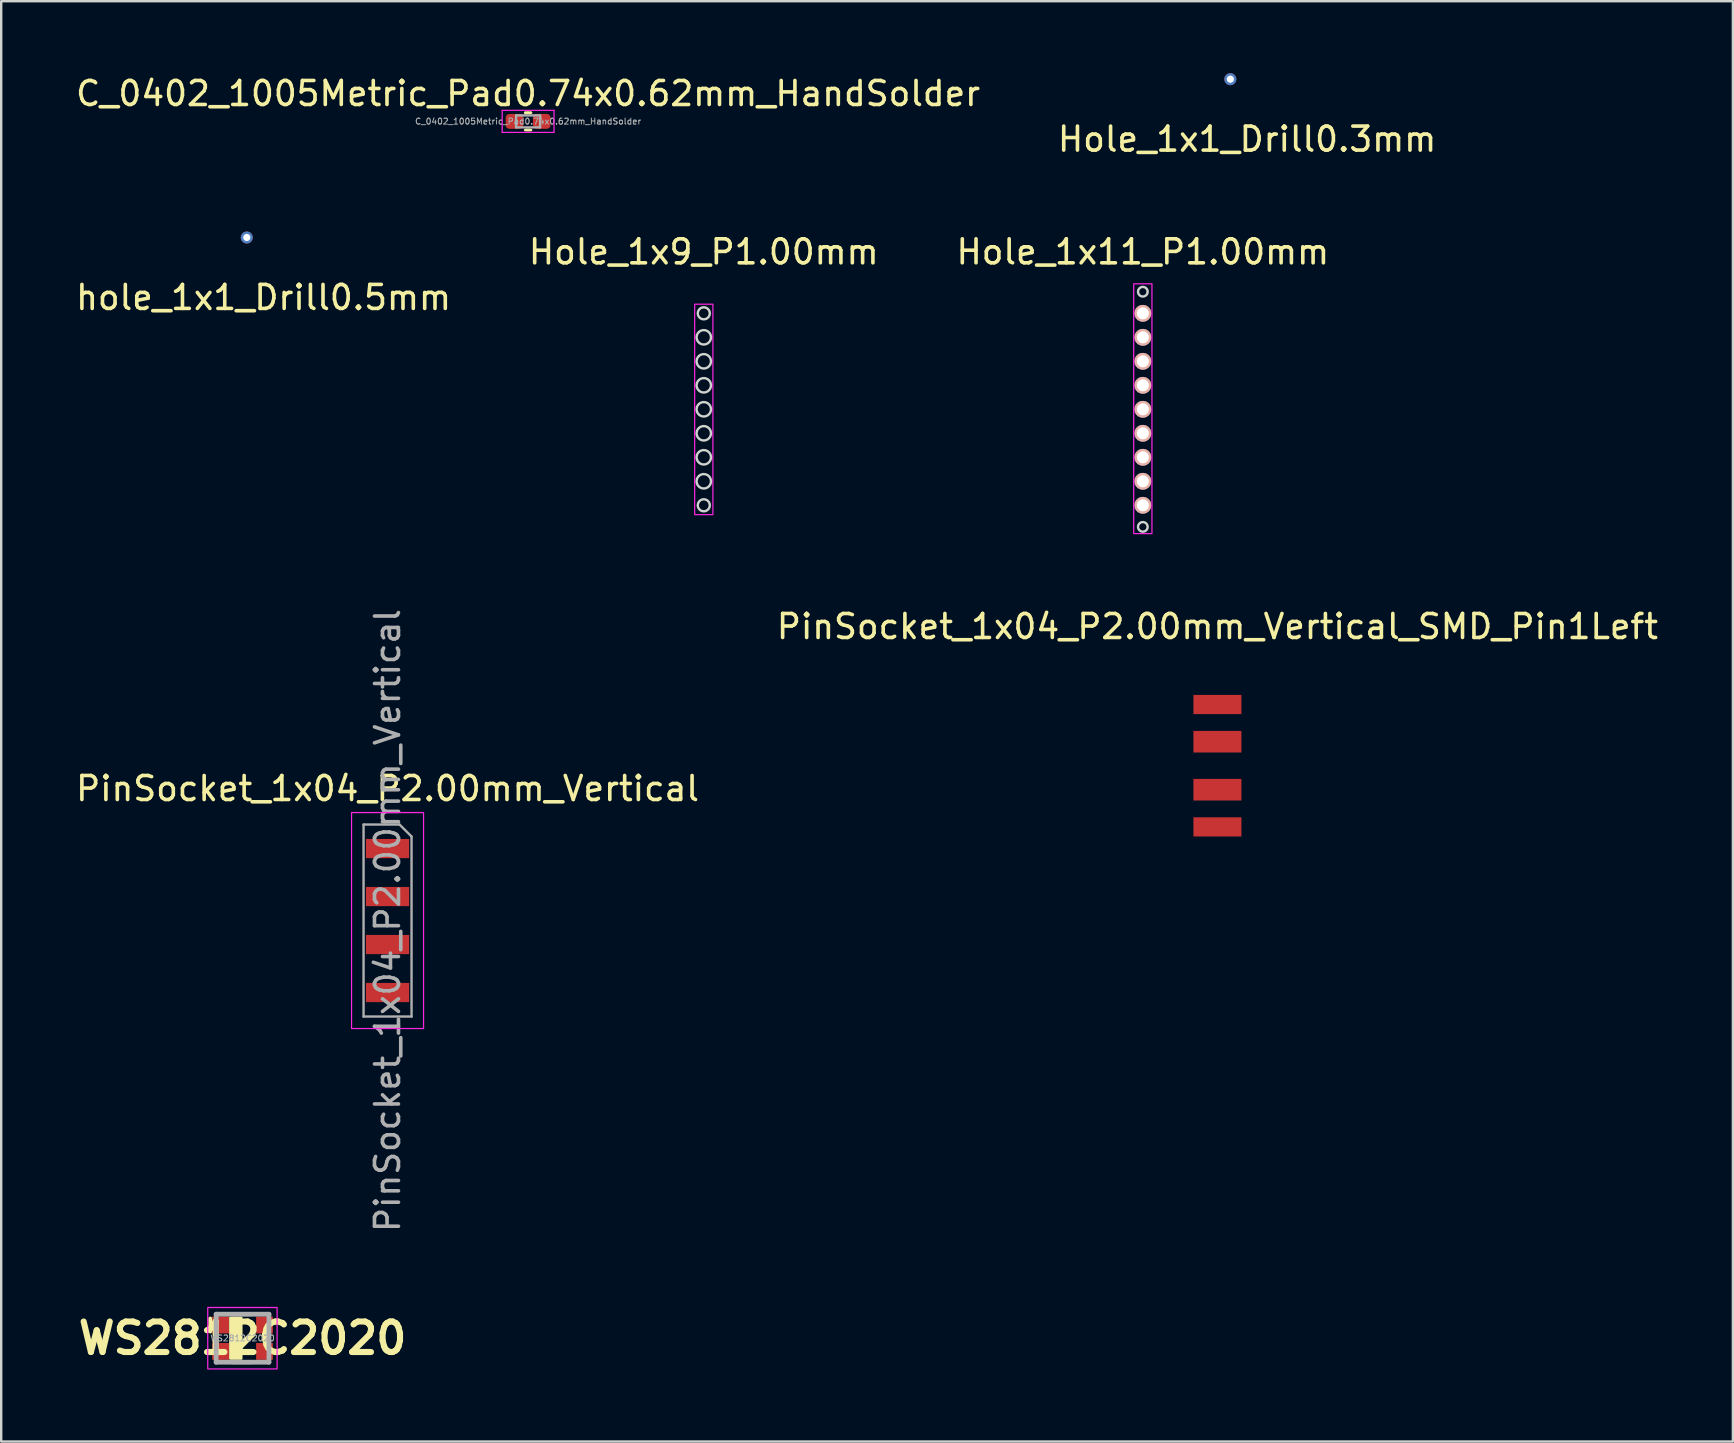
<source format=kicad_pcb>
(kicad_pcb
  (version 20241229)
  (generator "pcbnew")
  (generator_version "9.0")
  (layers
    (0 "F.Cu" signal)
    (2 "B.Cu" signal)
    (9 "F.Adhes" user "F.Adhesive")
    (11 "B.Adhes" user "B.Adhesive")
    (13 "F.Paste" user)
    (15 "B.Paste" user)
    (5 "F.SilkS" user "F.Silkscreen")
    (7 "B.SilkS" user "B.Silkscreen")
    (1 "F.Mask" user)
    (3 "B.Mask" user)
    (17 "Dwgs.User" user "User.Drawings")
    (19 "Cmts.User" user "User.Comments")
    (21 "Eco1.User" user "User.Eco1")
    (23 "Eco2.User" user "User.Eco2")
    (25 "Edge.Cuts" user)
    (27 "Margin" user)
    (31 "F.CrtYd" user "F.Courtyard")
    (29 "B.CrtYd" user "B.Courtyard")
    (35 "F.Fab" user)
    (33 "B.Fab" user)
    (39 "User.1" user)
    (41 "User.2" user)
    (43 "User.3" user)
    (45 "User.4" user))
  (footprint "PinSocket_1x04_P2.00mm_Vertical_SMD_Pin1Left"
    (layer "F.Cu")
    (at 47.685 28.86)
    (property "Reference" "PinSocket_1x04_P2.00mm_Vertical_SMD_Pin1Left" (at 0 -5.8 0) (layer "F.SilkS") (effects (font (size 1 1) (thickness 0.15))))
    (attr smd)
    (pad "1" smd rect (at 0 -2.55) (size 2 0.8) (layers "F.Cu" "F.Mask" "F.Paste"))
    (pad "2" smd rect (at 0 -1) (size 2 0.9) (layers "F.Cu" "F.Mask" "F.Paste"))
    (pad "3" smd rect (at 0 1) (size 2 0.9) (layers "F.Cu" "F.Mask" "F.Paste"))
    (pad "4" smd rect (at 0 2.55) (size 2 0.8) (layers "F.Cu" "F.Mask" "F.Paste")))
  (footprint "Hole_1x1_Drill0.3mm"
    (layer "F.Cu")
    (at 48.223 0.25)
    (property "Reference" "Hole_1x1_Drill0.3mm" (at 0.7 2.5 0) (layer "F.SilkS") (effects (font (size 1 1) (thickness 0.15))))
    (attr through_hole)
    (pad "" thru_hole circle (at 0 0) (size 0.5 0.5) (drill 0.3) (layers "*.Cu" "*.Mask")))
  (footprint "PinSocket_1x04_P2.00mm_Vertical"
    (layer "F.Cu")
    (at 13.101 32.313)
    (property "Reference" "PinSocket_1x04_P2.00mm_Vertical" (at 0 -2.5 0) (layer "F.SilkS") (effects (font (size 1 1) (thickness 0.15))))
    (fp_line (start -1.5 -1.5) (end 1.5 -1.5) (stroke (width 0.05) (type solid)) (layer "F.CrtYd"))
    (fp_line (start -1.5 7.5) (end -1.5 -1.5) (stroke (width 0.05) (type solid)) (layer "F.CrtYd"))
    (fp_line (start 1.5 -1.5) (end 1.5 7.5) (stroke (width 0.05) (type solid)) (layer "F.CrtYd"))
    (fp_line (start 1.5 7.5) (end -1.5 7.5) (stroke (width 0.05) (type solid)) (layer "F.CrtYd"))
    (fp_line (start -1 -1) (end 0.5 -1) (stroke (width 0.1) (type solid)) (layer "F.Fab"))
    (fp_line (start -1 7) (end -1 -1) (stroke (width 0.1) (type solid)) (layer "F.Fab"))
    (fp_line (start 0.5 -1) (end 1 -0.5) (stroke (width 0.1) (type solid)) (layer "F.Fab"))
    (fp_line (start 1 -0.5) (end 1 7) (stroke (width 0.1) (type solid)) (layer "F.Fab"))
    (fp_line (start 1 7) (end -1 7) (stroke (width 0.1) (type solid)) (layer "F.Fab"))
    (fp_text user "${REFERENCE}" (at 0 3 270) (layer "F.Fab") (effects (font (size 1 1) (thickness 0.15))))
    (pad "1" connect rect (at 0 6) (size 1.8 0.8) (layers "F.Cu" "F.Mask"))
    (pad "2" connect rect (at 0 4) (size 1.8 0.8) (layers "F.Cu" "F.Mask"))
    (pad "3" connect rect (at 0 2) (size 1.8 0.8) (layers "F.Cu" "F.Mask"))
    (pad "4" connect rect (at 0 0) (size 1.8 0.8) (layers "F.Cu" "F.Mask")))
  (footprint "Hole_1x11_P1.00mm"
    (layer "F.Cu")
    (at 44.577 9.007)
    (property "Reference" "Hole_1x11_P1.00mm" (at 0 -1.56 0) (layer "F.SilkS") (effects (font (size 1 1) (thickness 0.15))))
    (attr through_hole board_only exclude_from_pos_files exclude_from_bom)
    (fp_circle (center 0 0.1) (end 0.2 0.1) (stroke (width 0.1) (type default)) (fill no) (layer "Edge.Cuts"))
    (fp_circle (center 0 9.9) (end 0.2 9.9) (stroke (width 0.1) (type default)) (fill no) (layer "Edge.Cuts"))
    (fp_rect (start -0.38 -0.23) (end 0.38 10.18) (stroke (width 0.05) (type default)) (fill no) (layer "F.CrtYd"))
    (pad "" thru_hole circle (at 0 1) (size 0.7 0.7) (drill 0.5) (layers "*.Cu" "F.Mask" "B.SilkS"))
    (pad "" thru_hole circle (at 0 2) (size 0.7 0.7) (drill 0.5) (layers "*.Cu" "F.Mask" "B.SilkS"))
    (pad "" thru_hole circle (at 0 3) (size 0.7 0.7) (drill 0.5) (layers "*.Cu" "F.Mask" "B.SilkS"))
    (pad "" thru_hole circle (at 0 4) (size 0.7 0.7) (drill 0.5) (layers "*.Cu" "F.Mask" "B.SilkS"))
    (pad "" thru_hole circle (at 0 5) (size 0.7 0.7) (drill 0.5) (layers "*.Cu" "F.Mask" "B.SilkS"))
    (pad "" thru_hole circle (at 0 6) (size 0.7 0.7) (drill 0.5) (layers "*.Cu" "F.Mask" "B.SilkS"))
    (pad "" thru_hole circle (at 0 7) (size 0.7 0.7) (drill 0.5) (layers "*.Cu" "F.Mask" "B.SilkS"))
    (pad "" thru_hole circle (at 0 8) (size 0.7 0.7) (drill 0.5) (layers "*.Cu" "F.Mask" "B.SilkS"))
    (pad "" thru_hole circle (at 0 9) (size 0.7 0.7) (drill 0.5) (layers "*.Cu" "F.Mask" "B.SilkS")))
  (footprint "Hole_1x9_P1.00mm"
    (layer "F.Cu")
    (at 26.28 10.007)
    (property "Reference" "Hole_1x9_P1.00mm" (at 0 -2.56 0) (layer "F.SilkS") (effects (font (size 1 1) (thickness 0.15))))
    (attr through_hole board_only exclude_from_pos_files exclude_from_bom)
    (fp_circle (center 0 0) (end 0.25 0) (stroke (width 0.1) (type default)) (fill no) (layer "Edge.Cuts"))
    (fp_circle (center 0 1) (end 0.3 1) (stroke (width 0.1) (type default)) (fill no) (layer "Edge.Cuts"))
    (fp_circle (center 0 2) (end 0.3 2) (stroke (width 0.1) (type default)) (fill no) (layer "Edge.Cuts"))
    (fp_circle (center 0 3) (end 0.3 3) (stroke (width 0.1) (type default)) (fill no) (layer "Edge.Cuts"))
    (fp_circle (center 0 4) (end 0.3 4) (stroke (width 0.1) (type default)) (fill no) (layer "Edge.Cuts"))
    (fp_circle (center 0 5) (end 0.3 5) (stroke (width 0.1) (type default)) (fill no) (layer "Edge.Cuts"))
    (fp_circle (center 0 6) (end 0.3 6) (stroke (width 0.1) (type default)) (fill no) (layer "Edge.Cuts"))
    (fp_circle (center 0 7) (end 0.3 7) (stroke (width 0.1) (type default)) (fill no) (layer "Edge.Cuts"))
    (fp_circle (center 0 8) (end 0.25 8) (stroke (width 0.1) (type default)) (fill no) (layer "Edge.Cuts"))
    (fp_rect (start -0.38 -0.38) (end 0.38 8.39) (stroke (width 0.05) (type default)) (fill no) (layer "F.CrtYd")))
  (footprint "C_0402_1005Metric_Pad0.74x0.62mm_HandSolder"
    (layer "F.Cu")
    (at 18.958 2.008)
    (property "Reference" "C_0402_1005Metric_Pad0.74x0.62mm_HandSolder" (at 0 -1.16 0) (layer "F.SilkS") (effects (font (size 1 1) (thickness 0.15))))
    (attr smd)
    (fp_line (start -0.116 -0.36) (end 0.116 -0.36) (stroke (width 0.12) (type solid)) (layer "F.SilkS"))
    (fp_line (start -0.116 0.36) (end 0.116 0.36) (stroke (width 0.12) (type solid)) (layer "F.SilkS"))
    (fp_line (start -1.08 -0.46) (end 1.08 -0.46) (stroke (width 0.05) (type solid)) (layer "F.CrtYd"))
    (fp_line (start -1.08 0.46) (end -1.08 -0.46) (stroke (width 0.05) (type solid)) (layer "F.CrtYd"))
    (fp_line (start 1.08 -0.46) (end 1.08 0.46) (stroke (width 0.05) (type solid)) (layer "F.CrtYd"))
    (fp_line (start 1.08 0.46) (end -1.08 0.46) (stroke (width 0.05) (type solid)) (layer "F.CrtYd"))
    (fp_line (start -0.5 -0.25) (end 0.5 -0.25) (stroke (width 0.1) (type solid)) (layer "F.Fab"))
    (fp_line (start -0.5 0.25) (end -0.5 -0.25) (stroke (width 0.1) (type solid)) (layer "F.Fab"))
    (fp_line (start 0.5 -0.25) (end 0.5 0.25) (stroke (width 0.1) (type solid)) (layer "F.Fab"))
    (fp_line (start 0.5 0.25) (end -0.5 0.25) (stroke (width 0.1) (type solid)) (layer "F.Fab"))
    (fp_text user "${REFERENCE}" (at 0 0 0) (layer "F.Fab") (effects (font (size 0.25 0.25) (thickness 0.04))))
    (pad "1" smd roundrect (at -0.568 0) (size 0.735 0.62) (layers "F.Cu" "F.Mask" "F.Paste") (roundrect_rratio 0.25))
    (pad "2" smd roundrect (at 0.568 0) (size 0.735 0.62) (layers "F.Cu" "F.Mask" "F.Paste") (roundrect_rratio 0.25)))
  (footprint "WS2812C2020"
    (layer "F.Cu")
    (at 7.058 52.719)
    (property "Reference" "WS2812C2020" (at 0 0 0) (layer "F.SilkS") (effects (font (size 1.27 1.27) (thickness 0.254))))
    (attr smd)
    (fp_line (start -1.345 -0.28) (end -1.345 -0.82) (stroke (width 0.16) (type default)) (layer "F.SilkS"))
    (fp_line (start 0.4 -1) (end -0.4 -1) (stroke (width 0.16) (type solid)) (layer "F.SilkS"))
    (fp_line (start 0.4 1) (end -0.4 1) (stroke (width 0.16) (type solid)) (layer "F.SilkS"))
    (fp_rect (start -0.51 -0.85) (end -0.05 0.85) (stroke (width 0.1) (type solid)) (fill yes) (layer "F.SilkS"))
    (fp_rect (start -1.45 -1.28) (end 1.44 1.28) (stroke (width 0.05) (type default)) (fill no) (layer "F.CrtYd"))
    (fp_line (start -1.1 -1) (end 1.1 -1) (stroke (width 0.2) (type solid)) (layer "F.Fab"))
    (fp_line (start -1.1 1) (end -1.1 -1) (stroke (width 0.2) (type solid)) (layer "F.Fab"))
    (fp_line (start 1.1 -1) (end 1.1 1) (stroke (width 0.2) (type solid)) (layer "F.Fab"))
    (fp_line (start 1.1 1) (end -1.1 1) (stroke (width 0.2) (type solid)) (layer "F.Fab"))
    (fp_text user "${REFERENCE}" (at 0 0 0) (layer "F.Fab") (effects (font (size 0.25 0.25) (thickness 0.04))))
    (pad "1" smd rect (at -0.915 -0.55 270) (size 0.7 0.7) (layers "F.Cu" "F.Mask" "F.Paste"))
    (pad "2" smd rect (at -0.915 0.55 270) (size 0.7 0.7) (layers "F.Cu" "F.Mask" "F.Paste"))
    (pad "3" smd rect (at 0.915 0.55 270) (size 0.7 0.7) (layers "F.Cu" "F.Mask" "F.Paste"))
    (pad "4" smd rect (at 0.915 -0.55 270) (size 0.7 0.7) (layers "F.Cu" "F.Mask" "F.Paste")))
  (footprint "hole_1x1_Drill0.5mm"
    (layer "F.Cu")
    (at 7.235 6.848)
    (property "Reference" "hole_1x1_Drill0.5mm" (at 0.7 2.5 0) (layer "F.SilkS") (effects (font (size 1 1) (thickness 0.15))))
    (attr through_hole)
    (pad "" thru_hole circle (at 0 0) (size 0.5 0.5) (drill 0.3) (layers "*.Cu" "*.Mask")))
  (gr_rect
    (start -3 -3)
    (end 69.167 57.024)
    (stroke (width 0.1) (type default))
    (fill no)
    (layer "Edge.Cuts")))
</source>
